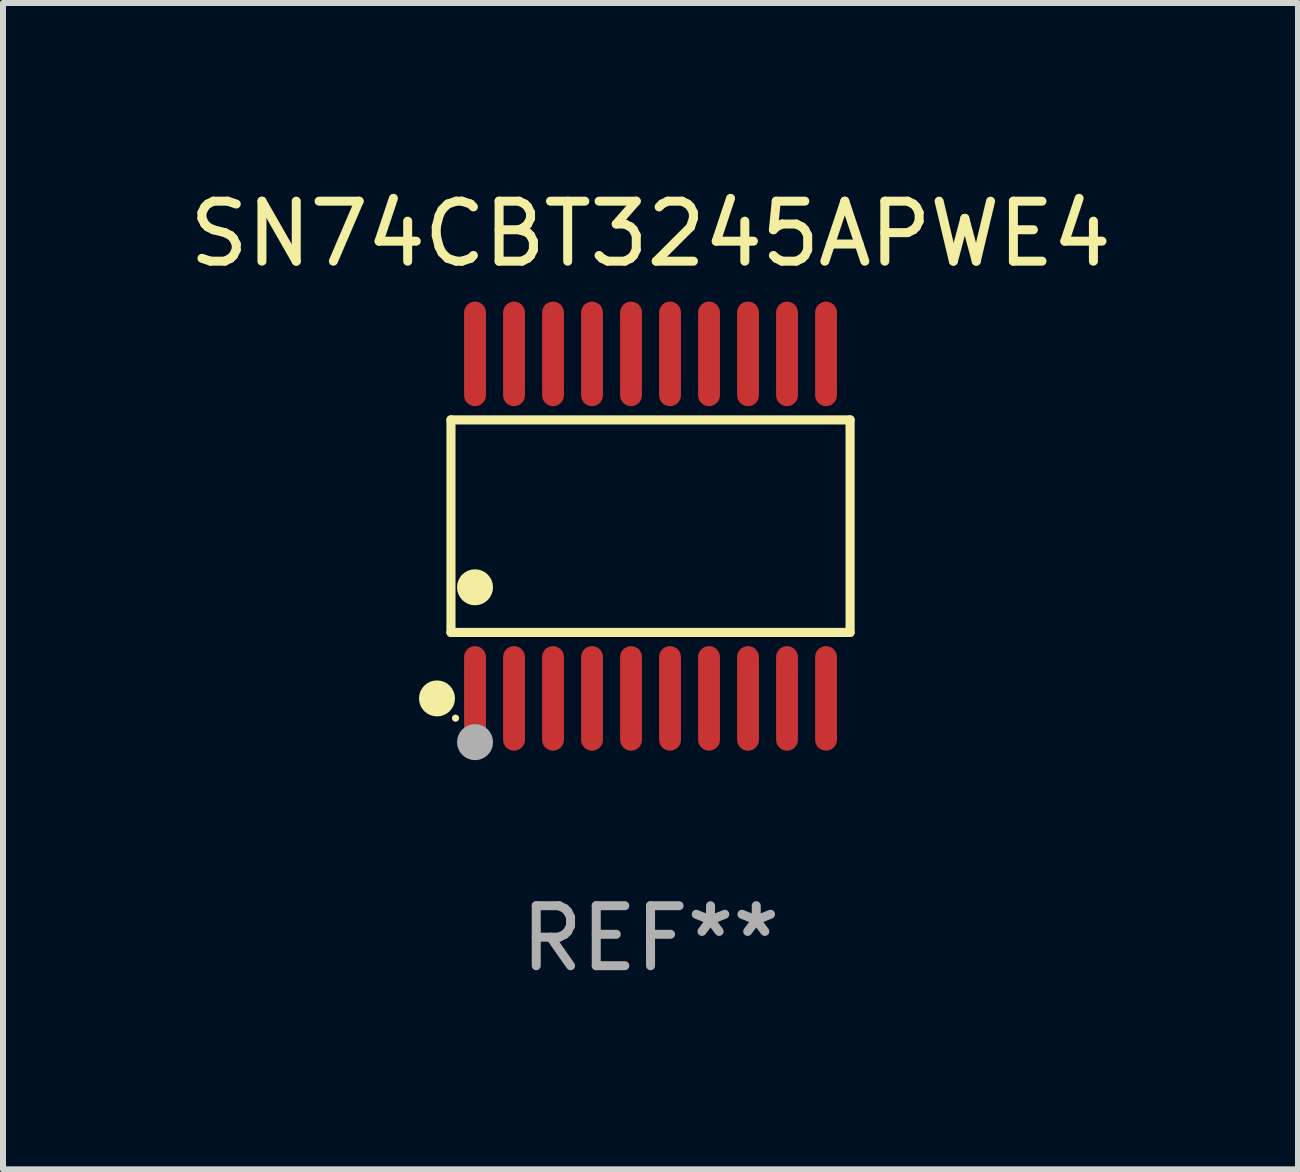
<source format=kicad_pcb>
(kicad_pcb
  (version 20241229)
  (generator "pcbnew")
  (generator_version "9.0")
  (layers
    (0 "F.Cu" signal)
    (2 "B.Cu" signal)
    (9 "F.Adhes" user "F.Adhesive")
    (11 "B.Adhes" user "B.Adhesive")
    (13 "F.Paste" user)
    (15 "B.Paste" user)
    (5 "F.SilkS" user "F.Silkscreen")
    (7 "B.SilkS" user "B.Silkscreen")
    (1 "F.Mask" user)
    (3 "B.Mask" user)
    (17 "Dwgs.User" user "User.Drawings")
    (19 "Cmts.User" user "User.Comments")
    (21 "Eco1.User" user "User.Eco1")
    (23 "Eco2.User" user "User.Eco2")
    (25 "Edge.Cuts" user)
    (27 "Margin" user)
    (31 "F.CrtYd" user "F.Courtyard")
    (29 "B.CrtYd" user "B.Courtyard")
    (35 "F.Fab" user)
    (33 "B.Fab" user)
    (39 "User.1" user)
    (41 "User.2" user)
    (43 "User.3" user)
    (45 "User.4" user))
  (footprint "SN74CBT3245APWE4"
    (layer "F.Cu")
    (at 7.792 5.719)
    (property "Reference" "SN74CBT3245APWE4" (at 0 -4.871 0) (layer "F.SilkS") (effects (font (size 1 1) (thickness 0.15))))
    (attr through_hole)
    (fp_line (start -3.326 -1.771) (end 3.326 -1.771) (stroke (width 0.152) (type solid)) (layer "F.SilkS"))
    (fp_line (start -3.326 1.771) (end -3.326 -1.771) (stroke (width 0.152) (type solid)) (layer "F.SilkS"))
    (fp_line (start 3.326 -1.771) (end 3.326 1.771) (stroke (width 0.152) (type solid)) (layer "F.SilkS"))
    (fp_line (start 3.326 1.771) (end -3.326 1.771) (stroke (width 0.152) (type solid)) (layer "F.SilkS"))
    (fp_circle (center -3.559 2.871) (end -3.409 2.871) (stroke (width 0.3) (type solid)) (fill no) (layer "F.SilkS"))
    (fp_circle (center -3.25 3.2) (end -3.22 3.2) (stroke (width 0.06) (type solid)) (fill no) (layer "F.SilkS"))
    (fp_circle (center -2.925 1.019) (end -2.775 1.019) (stroke (width 0.3) (type solid)) (fill no) (layer "F.SilkS"))
    (fp_circle (center -2.925 3.6) (end -2.775 3.6) (stroke (width 0.3) (type solid)) (fill no) (layer "F.Fab"))
    (fp_text user "REF**" (at 0 6.871 0) (layer "F.Fab") (effects (font (size 1 1) (thickness 0.15))))
    (pad "1" smd oval (at -2.925 2.871) (size 0.364 1.742) (layers "F.Cu" "F.Mask" "F.Paste"))
    (pad "2" smd oval (at -2.275 2.871) (size 0.364 1.742) (layers "F.Cu" "F.Mask" "F.Paste"))
    (pad "3" smd oval (at -1.625 2.871) (size 0.364 1.742) (layers "F.Cu" "F.Mask" "F.Paste"))
    (pad "4" smd oval (at -0.975 2.871) (size 0.364 1.742) (layers "F.Cu" "F.Mask" "F.Paste"))
    (pad "5" smd oval (at -0.325 2.871) (size 0.364 1.742) (layers "F.Cu" "F.Mask" "F.Paste"))
    (pad "6" smd oval (at 0.325 2.871) (size 0.364 1.742) (layers "F.Cu" "F.Mask" "F.Paste"))
    (pad "7" smd oval (at 0.975 2.871) (size 0.364 1.742) (layers "F.Cu" "F.Mask" "F.Paste"))
    (pad "8" smd oval (at 1.625 2.871) (size 0.364 1.742) (layers "F.Cu" "F.Mask" "F.Paste"))
    (pad "9" smd oval (at 2.275 2.871) (size 0.364 1.742) (layers "F.Cu" "F.Mask" "F.Paste"))
    (pad "10" smd oval (at 2.925 2.871) (size 0.364 1.742) (layers "F.Cu" "F.Mask" "F.Paste"))
    (pad "11" smd oval (at 2.925 -2.871) (size 0.364 1.742) (layers "F.Cu" "F.Mask" "F.Paste"))
    (pad "12" smd oval (at 2.275 -2.871) (size 0.364 1.742) (layers "F.Cu" "F.Mask" "F.Paste"))
    (pad "13" smd oval (at 1.625 -2.871) (size 0.364 1.742) (layers "F.Cu" "F.Mask" "F.Paste"))
    (pad "14" smd oval (at 0.975 -2.871) (size 0.364 1.742) (layers "F.Cu" "F.Mask" "F.Paste"))
    (pad "15" smd oval (at 0.325 -2.871) (size 0.364 1.742) (layers "F.Cu" "F.Mask" "F.Paste"))
    (pad "16" smd oval (at -0.325 -2.871) (size 0.364 1.742) (layers "F.Cu" "F.Mask" "F.Paste"))
    (pad "17" smd oval (at -0.975 -2.871) (size 0.364 1.742) (layers "F.Cu" "F.Mask" "F.Paste"))
    (pad "18" smd oval (at -1.625 -2.871) (size 0.364 1.742) (layers "F.Cu" "F.Mask" "F.Paste"))
    (pad "19" smd oval (at -2.275 -2.871) (size 0.364 1.742) (layers "F.Cu" "F.Mask" "F.Paste"))
    (pad "20" smd oval (at -2.925 -2.871) (size 0.364 1.742) (layers "F.Cu" "F.Mask" "F.Paste")))
  (gr_rect
    (start -3 -3)
    (end 18.583 16.438)
    (stroke (width 0.1) (type default))
    (fill no)
    (layer "Edge.Cuts")))
</source>
